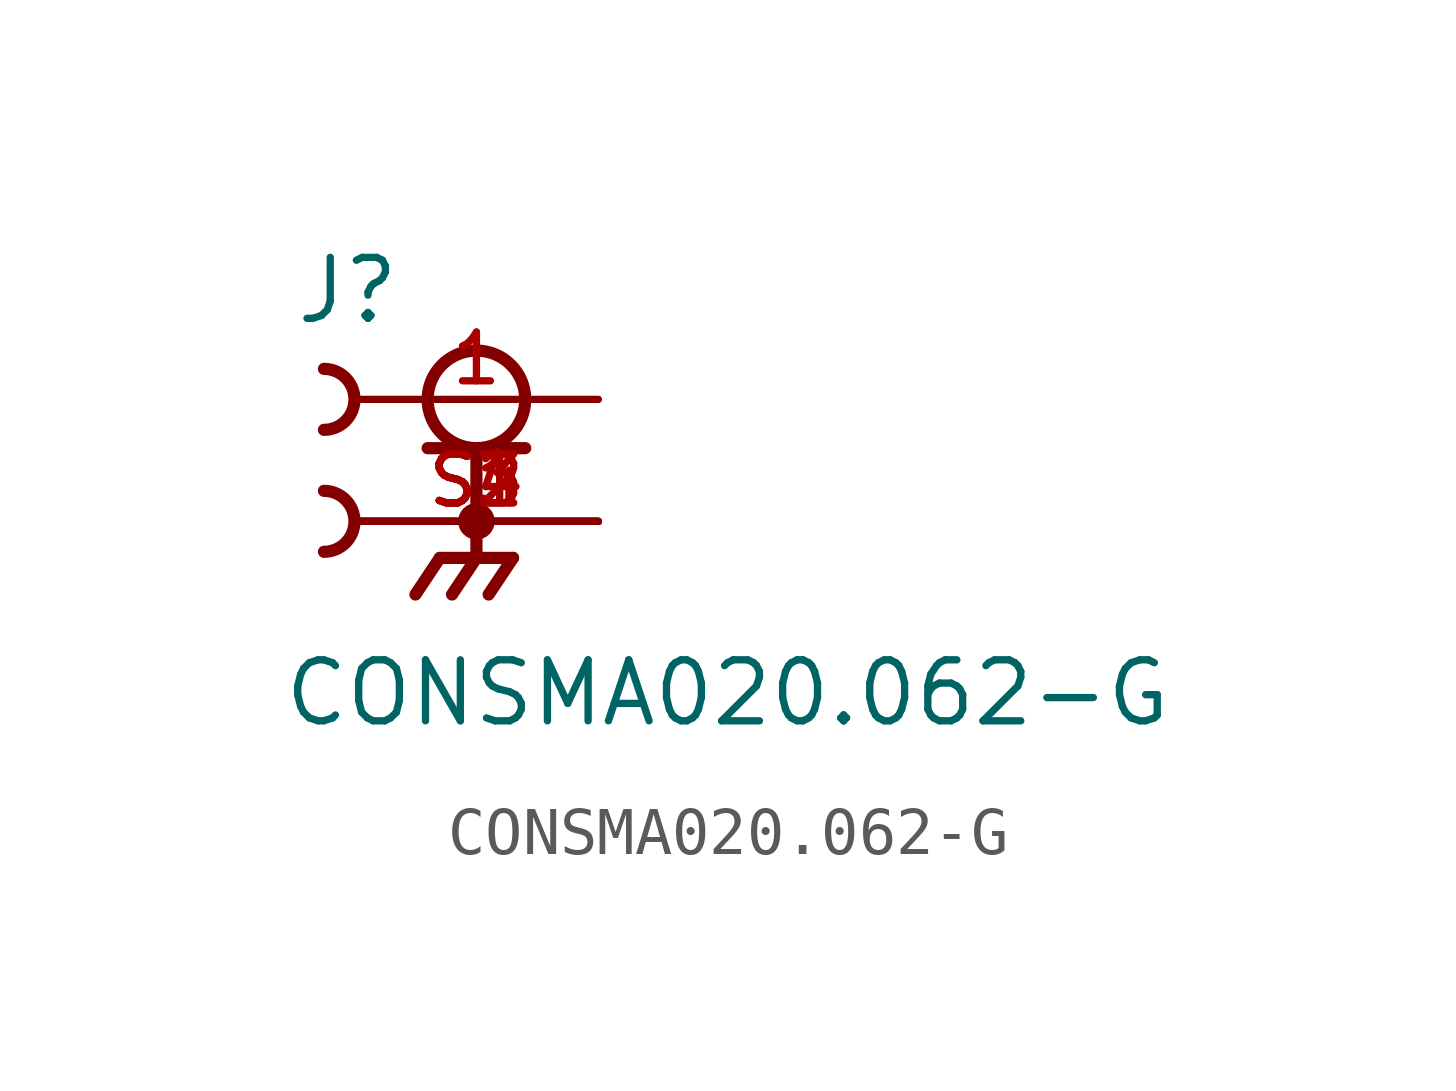
<source format=kicad_sym>
(kicad_symbol_lib
  (version 20211014)
  (generator kicad_symbol_editor)
  (symbol "CONSMA020.062-G"
    (pin_names
      (offset 1.016))
    (property "Reference" "J"
      (at -3.81 1.524 0)
      (effects (font (size 1.27 1.27)) (justify bottom left)))
    (property "Value" "CONSMA020.062-G"
      (at -4.064 -6.858 0)
      (effects (font (size 1.27 1.27)) (justify bottom left)))
    (symbol "CONSMA020.062-G_0_0"
      (circle (center 0.0 0.0) (radius 1.016) (stroke (width 0.254)) (fill (type none)))
      (polyline (pts (xy -1.016 -1.016) (xy 1.016 -1.016)) (stroke (width 0.254)))
      (polyline (pts (xy 0.0 -1.016) (xy 0.0 -3.302)) (stroke (width 0.254)))
      (circle (center 0.0 -2.54) (radius 0.254) (stroke (width 0.254)) (fill (type none)))
      (polyline (pts (xy 0.762 -3.302) (xy -0.762 -3.302)) (stroke (width 0.254)))
      (polyline (pts (xy -0.762 -3.302) (xy -1.27 -4.064)) (stroke (width 0.254)))
      (polyline (pts (xy 0.0 -3.302) (xy -0.508 -4.064)) (stroke (width 0.254)))
      (polyline (pts (xy 0.762 -3.302) (xy 0.254 -4.064)) (stroke (width 0.254)))
      (arc (start -3.175 0.635) (mid -2.54 -0.0) (end -3.175 -0.635) (stroke (width 0.254) (type default) (color 0 0 0 0)) (fill (type none)))
      (arc (start -3.175 -1.905) (mid -2.54 -2.54) (end -3.175 -3.175) (stroke (width 0.254) (type default) (color 0 0 0 0)) (fill (type none)))
      (pin passive line (at 2.54 0.0 180.0) (length 5.08) (name "~" (effects (font (size 1.016 1.016)))) (number "1" (effects (font (size 1.016 1.016)))))
      (pin passive line (at 2.54 -2.54 180.0) (length 5.08) (name "~" (effects (font (size 1.016 1.016)))) (number "S1" (effects (font (size 1.016 1.016)))))
      (pin passive line (at 2.54 -2.54 180.0) (length 5.08) (name "~" (effects (font (size 1.016 1.016)))) (number "S2" (effects (font (size 1.016 1.016)))))
      (pin passive line (at 2.54 -2.54 180.0) (length 5.08) (name "~" (effects (font (size 1.016 1.016)))) (number "S3" (effects (font (size 1.016 1.016)))))
      (pin passive line (at 2.54 -2.54 180.0) (length 5.08) (name "~" (effects (font (size 1.016 1.016)))) (number "S4" (effects (font (size 1.016 1.016))))))))
</source>
